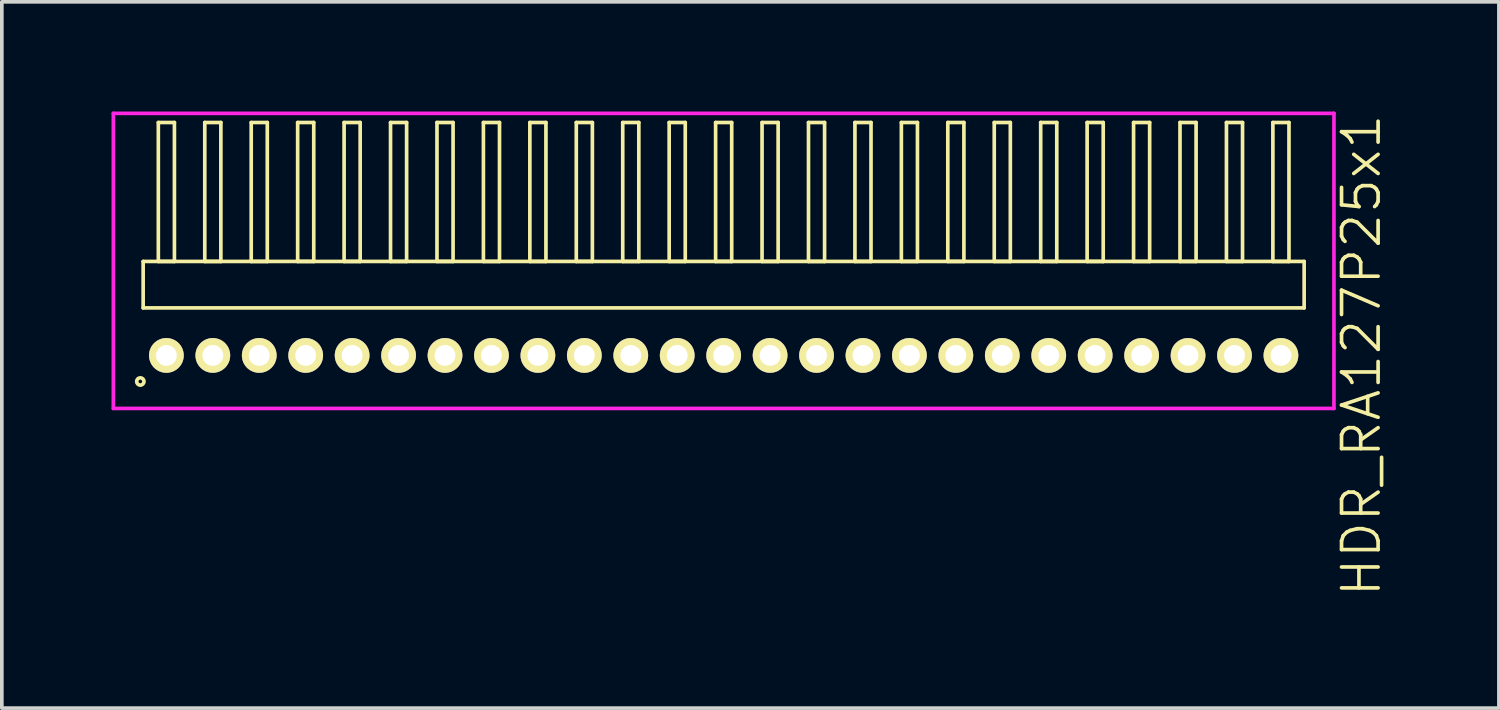
<source format=kicad_pcb>
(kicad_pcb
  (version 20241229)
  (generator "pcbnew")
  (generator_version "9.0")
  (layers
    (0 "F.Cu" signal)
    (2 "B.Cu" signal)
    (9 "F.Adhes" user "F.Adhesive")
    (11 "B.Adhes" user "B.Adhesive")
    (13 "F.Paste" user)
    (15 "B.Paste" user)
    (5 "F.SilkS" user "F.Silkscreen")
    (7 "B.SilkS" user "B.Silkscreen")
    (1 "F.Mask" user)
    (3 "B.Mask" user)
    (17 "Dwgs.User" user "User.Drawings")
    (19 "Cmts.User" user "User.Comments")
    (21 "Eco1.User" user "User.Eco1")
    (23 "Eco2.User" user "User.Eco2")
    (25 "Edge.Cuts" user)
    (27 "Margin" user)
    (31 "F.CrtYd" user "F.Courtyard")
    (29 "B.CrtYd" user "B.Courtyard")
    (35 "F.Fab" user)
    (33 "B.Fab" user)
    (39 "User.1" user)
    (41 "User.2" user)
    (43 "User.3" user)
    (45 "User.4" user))
  (footprint "HDR_RA127P25x1"
    (layer "F.Cu")
    (at 16.74 6.67)
    (property "Reference" "HDR_RA127P25x1" (at 17.44 0 90) (layer "F.SilkS") (effects (font (size 1 1) (thickness 0.1))))
    (attr through_hole)
    (fp_line (start -15.875 -2.57) (end -15.875 -1.3) (stroke (width 0.1) (type solid)) (layer "F.SilkS"))
    (fp_line (start -15.875 -1.3) (end 15.875 -1.3) (stroke (width 0.1) (type solid)) (layer "F.SilkS"))
    (fp_line (start -15.46 -6.37) (end -15.46 -2.57) (stroke (width 0.1) (type solid)) (layer "F.SilkS"))
    (fp_line (start -15.46 -2.57) (end -15.02 -2.57) (stroke (width 0.1) (type solid)) (layer "F.SilkS"))
    (fp_line (start -15.02 -6.37) (end -15.46 -6.37) (stroke (width 0.1) (type solid)) (layer "F.SilkS"))
    (fp_line (start -15.02 -2.57) (end -15.02 -6.37) (stroke (width 0.1) (type solid)) (layer "F.SilkS"))
    (fp_line (start -14.19 -6.37) (end -14.19 -2.57) (stroke (width 0.1) (type solid)) (layer "F.SilkS"))
    (fp_line (start -14.19 -2.57) (end -13.75 -2.57) (stroke (width 0.1) (type solid)) (layer "F.SilkS"))
    (fp_line (start -13.75 -6.37) (end -14.19 -6.37) (stroke (width 0.1) (type solid)) (layer "F.SilkS"))
    (fp_line (start -13.75 -2.57) (end -13.75 -6.37) (stroke (width 0.1) (type solid)) (layer "F.SilkS"))
    (fp_line (start -12.92 -6.37) (end -12.92 -2.57) (stroke (width 0.1) (type solid)) (layer "F.SilkS"))
    (fp_line (start -12.92 -2.57) (end -12.48 -2.57) (stroke (width 0.1) (type solid)) (layer "F.SilkS"))
    (fp_line (start -12.48 -6.37) (end -12.92 -6.37) (stroke (width 0.1) (type solid)) (layer "F.SilkS"))
    (fp_line (start -12.48 -2.57) (end -12.48 -6.37) (stroke (width 0.1) (type solid)) (layer "F.SilkS"))
    (fp_line (start -11.65 -6.37) (end -11.65 -2.57) (stroke (width 0.1) (type solid)) (layer "F.SilkS"))
    (fp_line (start -11.65 -2.57) (end -11.21 -2.57) (stroke (width 0.1) (type solid)) (layer "F.SilkS"))
    (fp_line (start -11.21 -6.37) (end -11.65 -6.37) (stroke (width 0.1) (type solid)) (layer "F.SilkS"))
    (fp_line (start -11.21 -2.57) (end -11.21 -6.37) (stroke (width 0.1) (type solid)) (layer "F.SilkS"))
    (fp_line (start -10.38 -6.37) (end -10.38 -2.57) (stroke (width 0.1) (type solid)) (layer "F.SilkS"))
    (fp_line (start -10.38 -2.57) (end -9.94 -2.57) (stroke (width 0.1) (type solid)) (layer "F.SilkS"))
    (fp_line (start -9.94 -6.37) (end -10.38 -6.37) (stroke (width 0.1) (type solid)) (layer "F.SilkS"))
    (fp_line (start -9.94 -2.57) (end -9.94 -6.37) (stroke (width 0.1) (type solid)) (layer "F.SilkS"))
    (fp_line (start -9.11 -6.37) (end -9.11 -2.57) (stroke (width 0.1) (type solid)) (layer "F.SilkS"))
    (fp_line (start -9.11 -2.57) (end -8.67 -2.57) (stroke (width 0.1) (type solid)) (layer "F.SilkS"))
    (fp_line (start -8.67 -6.37) (end -9.11 -6.37) (stroke (width 0.1) (type solid)) (layer "F.SilkS"))
    (fp_line (start -8.67 -2.57) (end -8.67 -6.37) (stroke (width 0.1) (type solid)) (layer "F.SilkS"))
    (fp_line (start -7.84 -6.37) (end -7.84 -2.57) (stroke (width 0.1) (type solid)) (layer "F.SilkS"))
    (fp_line (start -7.84 -2.57) (end -7.4 -2.57) (stroke (width 0.1) (type solid)) (layer "F.SilkS"))
    (fp_line (start -7.4 -6.37) (end -7.84 -6.37) (stroke (width 0.1) (type solid)) (layer "F.SilkS"))
    (fp_line (start -7.4 -2.57) (end -7.4 -6.37) (stroke (width 0.1) (type solid)) (layer "F.SilkS"))
    (fp_line (start -6.57 -6.37) (end -6.57 -2.57) (stroke (width 0.1) (type solid)) (layer "F.SilkS"))
    (fp_line (start -6.57 -2.57) (end -6.13 -2.57) (stroke (width 0.1) (type solid)) (layer "F.SilkS"))
    (fp_line (start -6.13 -6.37) (end -6.57 -6.37) (stroke (width 0.1) (type solid)) (layer "F.SilkS"))
    (fp_line (start -6.13 -2.57) (end -6.13 -6.37) (stroke (width 0.1) (type solid)) (layer "F.SilkS"))
    (fp_line (start -5.3 -6.37) (end -5.3 -2.57) (stroke (width 0.1) (type solid)) (layer "F.SilkS"))
    (fp_line (start -5.3 -2.57) (end -4.86 -2.57) (stroke (width 0.1) (type solid)) (layer "F.SilkS"))
    (fp_line (start -4.86 -6.37) (end -5.3 -6.37) (stroke (width 0.1) (type solid)) (layer "F.SilkS"))
    (fp_line (start -4.86 -2.57) (end -4.86 -6.37) (stroke (width 0.1) (type solid)) (layer "F.SilkS"))
    (fp_line (start -4.03 -6.37) (end -4.03 -2.57) (stroke (width 0.1) (type solid)) (layer "F.SilkS"))
    (fp_line (start -4.03 -2.57) (end -3.59 -2.57) (stroke (width 0.1) (type solid)) (layer "F.SilkS"))
    (fp_line (start -3.59 -6.37) (end -4.03 -6.37) (stroke (width 0.1) (type solid)) (layer "F.SilkS"))
    (fp_line (start -3.59 -2.57) (end -3.59 -6.37) (stroke (width 0.1) (type solid)) (layer "F.SilkS"))
    (fp_line (start -2.76 -6.37) (end -2.76 -2.57) (stroke (width 0.1) (type solid)) (layer "F.SilkS"))
    (fp_line (start -2.76 -2.57) (end -2.32 -2.57) (stroke (width 0.1) (type solid)) (layer "F.SilkS"))
    (fp_line (start -2.32 -6.37) (end -2.76 -6.37) (stroke (width 0.1) (type solid)) (layer "F.SilkS"))
    (fp_line (start -2.32 -2.57) (end -2.32 -6.37) (stroke (width 0.1) (type solid)) (layer "F.SilkS"))
    (fp_line (start -1.49 -6.37) (end -1.49 -2.57) (stroke (width 0.1) (type solid)) (layer "F.SilkS"))
    (fp_line (start -1.49 -2.57) (end -1.05 -2.57) (stroke (width 0.1) (type solid)) (layer "F.SilkS"))
    (fp_line (start -1.05 -6.37) (end -1.49 -6.37) (stroke (width 0.1) (type solid)) (layer "F.SilkS"))
    (fp_line (start -1.05 -2.57) (end -1.05 -6.37) (stroke (width 0.1) (type solid)) (layer "F.SilkS"))
    (fp_line (start -0.22 -6.37) (end -0.22 -2.57) (stroke (width 0.1) (type solid)) (layer "F.SilkS"))
    (fp_line (start -0.22 -2.57) (end 0.22 -2.57) (stroke (width 0.1) (type solid)) (layer "F.SilkS"))
    (fp_line (start 0.22 -6.37) (end -0.22 -6.37) (stroke (width 0.1) (type solid)) (layer "F.SilkS"))
    (fp_line (start 0.22 -2.57) (end 0.22 -6.37) (stroke (width 0.1) (type solid)) (layer "F.SilkS"))
    (fp_line (start 1.05 -6.37) (end 1.05 -2.57) (stroke (width 0.1) (type solid)) (layer "F.SilkS"))
    (fp_line (start 1.05 -2.57) (end 1.49 -2.57) (stroke (width 0.1) (type solid)) (layer "F.SilkS"))
    (fp_line (start 1.49 -6.37) (end 1.05 -6.37) (stroke (width 0.1) (type solid)) (layer "F.SilkS"))
    (fp_line (start 1.49 -2.57) (end 1.49 -6.37) (stroke (width 0.1) (type solid)) (layer "F.SilkS"))
    (fp_line (start 2.32 -6.37) (end 2.32 -2.57) (stroke (width 0.1) (type solid)) (layer "F.SilkS"))
    (fp_line (start 2.32 -2.57) (end 2.76 -2.57) (stroke (width 0.1) (type solid)) (layer "F.SilkS"))
    (fp_line (start 2.76 -6.37) (end 2.32 -6.37) (stroke (width 0.1) (type solid)) (layer "F.SilkS"))
    (fp_line (start 2.76 -2.57) (end 2.76 -6.37) (stroke (width 0.1) (type solid)) (layer "F.SilkS"))
    (fp_line (start 3.59 -6.37) (end 3.59 -2.57) (stroke (width 0.1) (type solid)) (layer "F.SilkS"))
    (fp_line (start 3.59 -2.57) (end 4.03 -2.57) (stroke (width 0.1) (type solid)) (layer "F.SilkS"))
    (fp_line (start 4.03 -6.37) (end 3.59 -6.37) (stroke (width 0.1) (type solid)) (layer "F.SilkS"))
    (fp_line (start 4.03 -2.57) (end 4.03 -6.37) (stroke (width 0.1) (type solid)) (layer "F.SilkS"))
    (fp_line (start 4.86 -6.37) (end 4.86 -2.57) (stroke (width 0.1) (type solid)) (layer "F.SilkS"))
    (fp_line (start 4.86 -2.57) (end 5.3 -2.57) (stroke (width 0.1) (type solid)) (layer "F.SilkS"))
    (fp_line (start 5.3 -6.37) (end 4.86 -6.37) (stroke (width 0.1) (type solid)) (layer "F.SilkS"))
    (fp_line (start 5.3 -2.57) (end 5.3 -6.37) (stroke (width 0.1) (type solid)) (layer "F.SilkS"))
    (fp_line (start 6.13 -6.37) (end 6.13 -2.57) (stroke (width 0.1) (type solid)) (layer "F.SilkS"))
    (fp_line (start 6.13 -2.57) (end 6.57 -2.57) (stroke (width 0.1) (type solid)) (layer "F.SilkS"))
    (fp_line (start 6.57 -6.37) (end 6.13 -6.37) (stroke (width 0.1) (type solid)) (layer "F.SilkS"))
    (fp_line (start 6.57 -2.57) (end 6.57 -6.37) (stroke (width 0.1) (type solid)) (layer "F.SilkS"))
    (fp_line (start 7.4 -6.37) (end 7.4 -2.57) (stroke (width 0.1) (type solid)) (layer "F.SilkS"))
    (fp_line (start 7.4 -2.57) (end 7.84 -2.57) (stroke (width 0.1) (type solid)) (layer "F.SilkS"))
    (fp_line (start 7.84 -6.37) (end 7.4 -6.37) (stroke (width 0.1) (type solid)) (layer "F.SilkS"))
    (fp_line (start 7.84 -2.57) (end 7.84 -6.37) (stroke (width 0.1) (type solid)) (layer "F.SilkS"))
    (fp_line (start 8.67 -6.37) (end 8.67 -2.57) (stroke (width 0.1) (type solid)) (layer "F.SilkS"))
    (fp_line (start 8.67 -2.57) (end 9.11 -2.57) (stroke (width 0.1) (type solid)) (layer "F.SilkS"))
    (fp_line (start 9.11 -6.37) (end 8.67 -6.37) (stroke (width 0.1) (type solid)) (layer "F.SilkS"))
    (fp_line (start 9.11 -2.57) (end 9.11 -6.37) (stroke (width 0.1) (type solid)) (layer "F.SilkS"))
    (fp_line (start 9.94 -6.37) (end 9.94 -2.57) (stroke (width 0.1) (type solid)) (layer "F.SilkS"))
    (fp_line (start 9.94 -2.57) (end 10.38 -2.57) (stroke (width 0.1) (type solid)) (layer "F.SilkS"))
    (fp_line (start 10.38 -6.37) (end 9.94 -6.37) (stroke (width 0.1) (type solid)) (layer "F.SilkS"))
    (fp_line (start 10.38 -2.57) (end 10.38 -6.37) (stroke (width 0.1) (type solid)) (layer "F.SilkS"))
    (fp_line (start 11.21 -6.37) (end 11.21 -2.57) (stroke (width 0.1) (type solid)) (layer "F.SilkS"))
    (fp_line (start 11.21 -2.57) (end 11.65 -2.57) (stroke (width 0.1) (type solid)) (layer "F.SilkS"))
    (fp_line (start 11.65 -6.37) (end 11.21 -6.37) (stroke (width 0.1) (type solid)) (layer "F.SilkS"))
    (fp_line (start 11.65 -2.57) (end 11.65 -6.37) (stroke (width 0.1) (type solid)) (layer "F.SilkS"))
    (fp_line (start 12.48 -6.37) (end 12.48 -2.57) (stroke (width 0.1) (type solid)) (layer "F.SilkS"))
    (fp_line (start 12.48 -2.57) (end 12.92 -2.57) (stroke (width 0.1) (type solid)) (layer "F.SilkS"))
    (fp_line (start 12.92 -6.37) (end 12.48 -6.37) (stroke (width 0.1) (type solid)) (layer "F.SilkS"))
    (fp_line (start 12.92 -2.57) (end 12.92 -6.37) (stroke (width 0.1) (type solid)) (layer "F.SilkS"))
    (fp_line (start 13.75 -6.37) (end 13.75 -2.57) (stroke (width 0.1) (type solid)) (layer "F.SilkS"))
    (fp_line (start 13.75 -2.57) (end 14.19 -2.57) (stroke (width 0.1) (type solid)) (layer "F.SilkS"))
    (fp_line (start 14.19 -6.37) (end 13.75 -6.37) (stroke (width 0.1) (type solid)) (layer "F.SilkS"))
    (fp_line (start 14.19 -2.57) (end 14.19 -6.37) (stroke (width 0.1) (type solid)) (layer "F.SilkS"))
    (fp_line (start 15.02 -6.37) (end 15.02 -2.57) (stroke (width 0.1) (type solid)) (layer "F.SilkS"))
    (fp_line (start 15.02 -2.57) (end 15.46 -2.57) (stroke (width 0.1) (type solid)) (layer "F.SilkS"))
    (fp_line (start 15.46 -6.37) (end 15.02 -6.37) (stroke (width 0.1) (type solid)) (layer "F.SilkS"))
    (fp_line (start 15.46 -2.57) (end 15.46 -6.37) (stroke (width 0.1) (type solid)) (layer "F.SilkS"))
    (fp_line (start 15.875 -2.57) (end -15.875 -2.57) (stroke (width 0.1) (type solid)) (layer "F.SilkS"))
    (fp_line (start 15.875 -1.3) (end 15.875 -2.57) (stroke (width 0.1) (type solid)) (layer "F.SilkS"))
    (fp_circle (center -15.953 0.712) (end -15.853 0.712) (stroke (width 0.1) (type solid)) (fill no) (layer "F.SilkS"))
    (fp_line (start -16.69 -6.62) (end -16.69 1.45) (stroke (width 0.1) (type solid)) (layer "F.CrtYd"))
    (fp_line (start -16.69 1.45) (end 16.69 1.45) (stroke (width 0.1) (type solid)) (layer "F.CrtYd"))
    (fp_line (start 16.69 -6.62) (end -16.69 -6.62) (stroke (width 0.1) (type solid)) (layer "F.CrtYd"))
    (fp_line (start 16.69 1.45) (end 16.69 -6.62) (stroke (width 0.1) (type solid)) (layer "F.CrtYd"))
    (pad "1" thru_hole oval (at -15.24 0) (size 0.95 0.95) (drill 0.57) (layers "*.Cu" "*.Mask" "F.SilkS"))
    (pad "2" thru_hole oval (at -13.97 0) (size 0.95 0.95) (drill 0.57) (layers "*.Cu" "*.Mask" "F.SilkS"))
    (pad "3" thru_hole oval (at -12.7 0) (size 0.95 0.95) (drill 0.57) (layers "*.Cu" "*.Mask" "F.SilkS"))
    (pad "4" thru_hole oval (at -11.43 0) (size 0.95 0.95) (drill 0.57) (layers "*.Cu" "*.Mask" "F.SilkS"))
    (pad "5" thru_hole oval (at -10.16 0) (size 0.95 0.95) (drill 0.57) (layers "*.Cu" "*.Mask" "F.SilkS"))
    (pad "6" thru_hole oval (at -8.89 0) (size 0.95 0.95) (drill 0.57) (layers "*.Cu" "*.Mask" "F.SilkS"))
    (pad "7" thru_hole oval (at -7.62 0) (size 0.95 0.95) (drill 0.57) (layers "*.Cu" "*.Mask" "F.SilkS"))
    (pad "8" thru_hole oval (at -6.35 0) (size 0.95 0.95) (drill 0.57) (layers "*.Cu" "*.Mask" "F.SilkS"))
    (pad "9" thru_hole oval (at -5.08 0) (size 0.95 0.95) (drill 0.57) (layers "*.Cu" "*.Mask" "F.SilkS"))
    (pad "10" thru_hole oval (at -3.81 0) (size 0.95 0.95) (drill 0.57) (layers "*.Cu" "*.Mask" "F.SilkS"))
    (pad "11" thru_hole oval (at -2.54 0) (size 0.95 0.95) (drill 0.57) (layers "*.Cu" "*.Mask" "F.SilkS"))
    (pad "12" thru_hole oval (at -1.27 0) (size 0.95 0.95) (drill 0.57) (layers "*.Cu" "*.Mask" "F.SilkS"))
    (pad "13" thru_hole oval (at 0 0) (size 0.95 0.95) (drill 0.57) (layers "*.Cu" "*.Mask" "F.SilkS"))
    (pad "14" thru_hole oval (at 1.27 0) (size 0.95 0.95) (drill 0.57) (layers "*.Cu" "*.Mask" "F.SilkS"))
    (pad "15" thru_hole oval (at 2.54 0) (size 0.95 0.95) (drill 0.57) (layers "*.Cu" "*.Mask" "F.SilkS"))
    (pad "16" thru_hole oval (at 3.81 0) (size 0.95 0.95) (drill 0.57) (layers "*.Cu" "*.Mask" "F.SilkS"))
    (pad "17" thru_hole oval (at 5.08 0) (size 0.95 0.95) (drill 0.57) (layers "*.Cu" "*.Mask" "F.SilkS"))
    (pad "18" thru_hole oval (at 6.35 0) (size 0.95 0.95) (drill 0.57) (layers "*.Cu" "*.Mask" "F.SilkS"))
    (pad "19" thru_hole oval (at 7.62 0) (size 0.95 0.95) (drill 0.57) (layers "*.Cu" "*.Mask" "F.SilkS"))
    (pad "20" thru_hole oval (at 8.89 0) (size 0.95 0.95) (drill 0.57) (layers "*.Cu" "*.Mask" "F.SilkS"))
    (pad "21" thru_hole oval (at 10.16 0) (size 0.95 0.95) (drill 0.57) (layers "*.Cu" "*.Mask" "F.SilkS"))
    (pad "22" thru_hole oval (at 11.43 0) (size 0.95 0.95) (drill 0.57) (layers "*.Cu" "*.Mask" "F.SilkS"))
    (pad "23" thru_hole oval (at 12.7 0) (size 0.95 0.95) (drill 0.57) (layers "*.Cu" "*.Mask" "F.SilkS"))
    (pad "24" thru_hole oval (at 13.97 0) (size 0.95 0.95) (drill 0.57) (layers "*.Cu" "*.Mask" "F.SilkS"))
    (pad "25" thru_hole oval (at 15.24 0) (size 0.95 0.95) (drill 0.57) (layers "*.Cu" "*.Mask" "F.SilkS")))
  (gr_rect
    (start -3 -3)
    (end 37.941 16.315)
    (stroke (width 0.1) (type default))
    (fill no)
    (layer "Edge.Cuts")))
</source>
